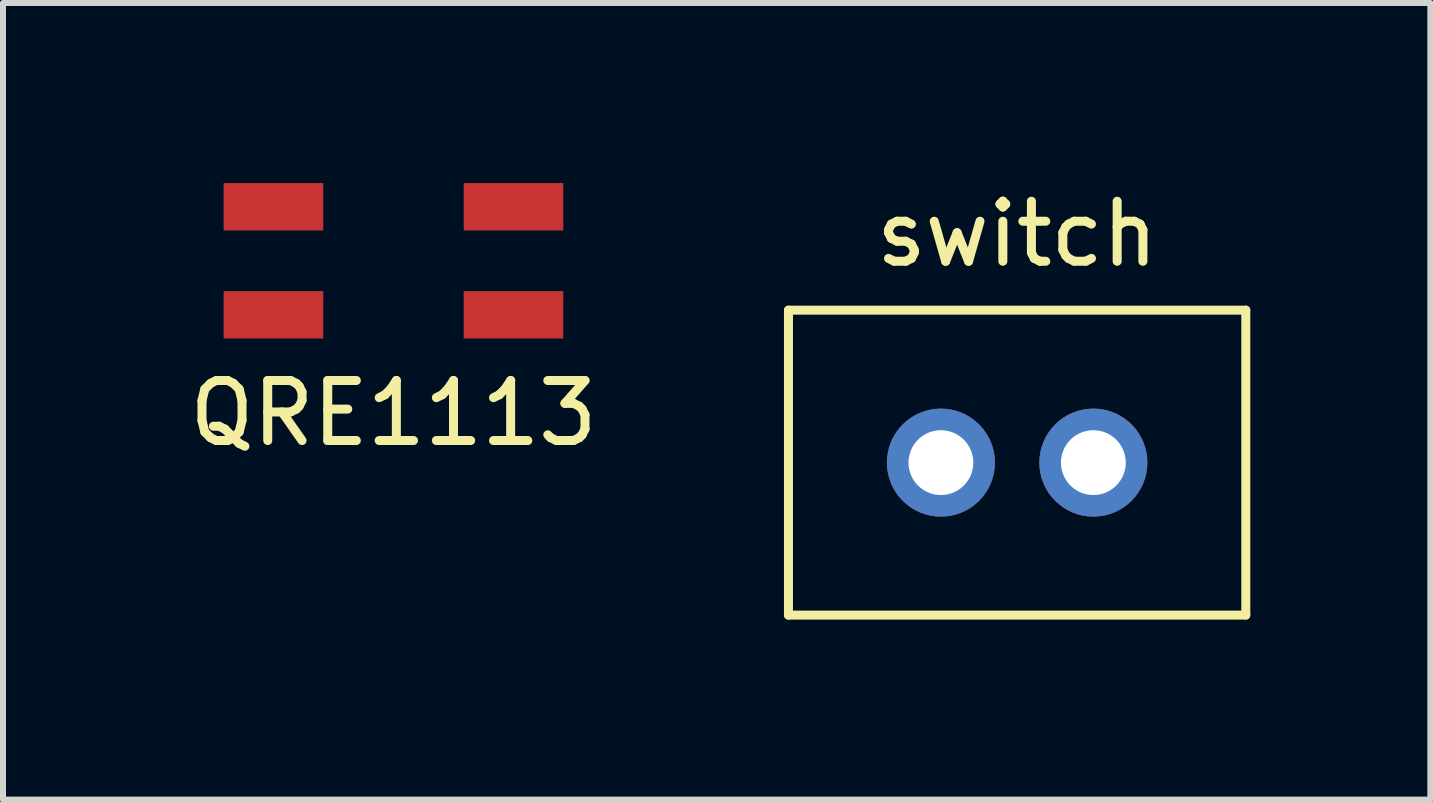
<source format=kicad_pcb>
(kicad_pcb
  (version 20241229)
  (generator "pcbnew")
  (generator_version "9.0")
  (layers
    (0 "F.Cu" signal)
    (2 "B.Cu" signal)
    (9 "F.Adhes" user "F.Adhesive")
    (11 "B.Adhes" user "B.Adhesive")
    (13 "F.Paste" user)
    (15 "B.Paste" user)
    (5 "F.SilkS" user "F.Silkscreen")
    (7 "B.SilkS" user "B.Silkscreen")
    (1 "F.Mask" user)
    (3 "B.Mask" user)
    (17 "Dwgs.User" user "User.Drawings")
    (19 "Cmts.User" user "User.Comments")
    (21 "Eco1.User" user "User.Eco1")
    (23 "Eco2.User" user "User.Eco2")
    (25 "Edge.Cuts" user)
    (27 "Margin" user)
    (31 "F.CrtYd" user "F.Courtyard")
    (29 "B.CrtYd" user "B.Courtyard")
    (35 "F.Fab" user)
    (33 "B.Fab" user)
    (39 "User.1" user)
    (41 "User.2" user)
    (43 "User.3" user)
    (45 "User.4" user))
  (footprint "QRE1113"
    (layer "F.Cu")
    (at 3.506 1.295)
    (property "Reference" "QRE1113" (at 0 2.54 0) (layer "F.SilkS") (effects (font (size 1 1) (thickness 0.15))))
    (attr through_hole)
    (pad "1" smd rect (at -2 0.9) (size 1.66 0.79) (layers "F.Cu" "F.Mask" "F.Paste"))
    (pad "2" smd rect (at 2 0.9) (size 1.66 0.79) (layers "F.Cu" "F.Mask" "F.Paste"))
    (pad "3" smd rect (at 2 -0.9) (size 1.66 0.79) (layers "F.Cu" "F.Mask" "F.Paste"))
    (pad "4" smd rect (at -2 -0.9) (size 1.66 0.79) (layers "F.Cu" "F.Mask" "F.Paste")))
  (footprint "switch"
    (layer "F.Cu")
    (at 13.897 4.658)
    (property "Reference" "switch" (at 0 -3.81 0) (layer "F.SilkS") (effects (font (size 1 1) (thickness 0.15))))
    (attr through_hole)
    (fp_line (start -3.81 -2.54) (end 3.81 -2.54) (stroke (width 0.15) (type solid)) (layer "F.SilkS"))
    (fp_line (start -3.81 2.54) (end -3.81 -2.54) (stroke (width 0.15) (type solid)) (layer "F.SilkS"))
    (fp_line (start 3.81 -2.54) (end 3.81 2.54) (stroke (width 0.15) (type solid)) (layer "F.SilkS"))
    (fp_line (start 3.81 2.54) (end -3.81 2.54) (stroke (width 0.15) (type solid)) (layer "F.SilkS"))
    (pad "1" thru_hole circle (at -1.27 0) (size 1.8 1.8) (drill 1.08) (layers "*.Cu" "*.Mask"))
    (pad "2" thru_hole circle (at 1.27 0) (size 1.8 1.8) (drill 1.08) (layers "*.Cu" "*.Mask")))
  (gr_rect
    (start -3 -3)
    (end 20.782 10.273)
    (stroke (width 0.1) (type default))
    (fill no)
    (layer "Edge.Cuts")))
</source>
